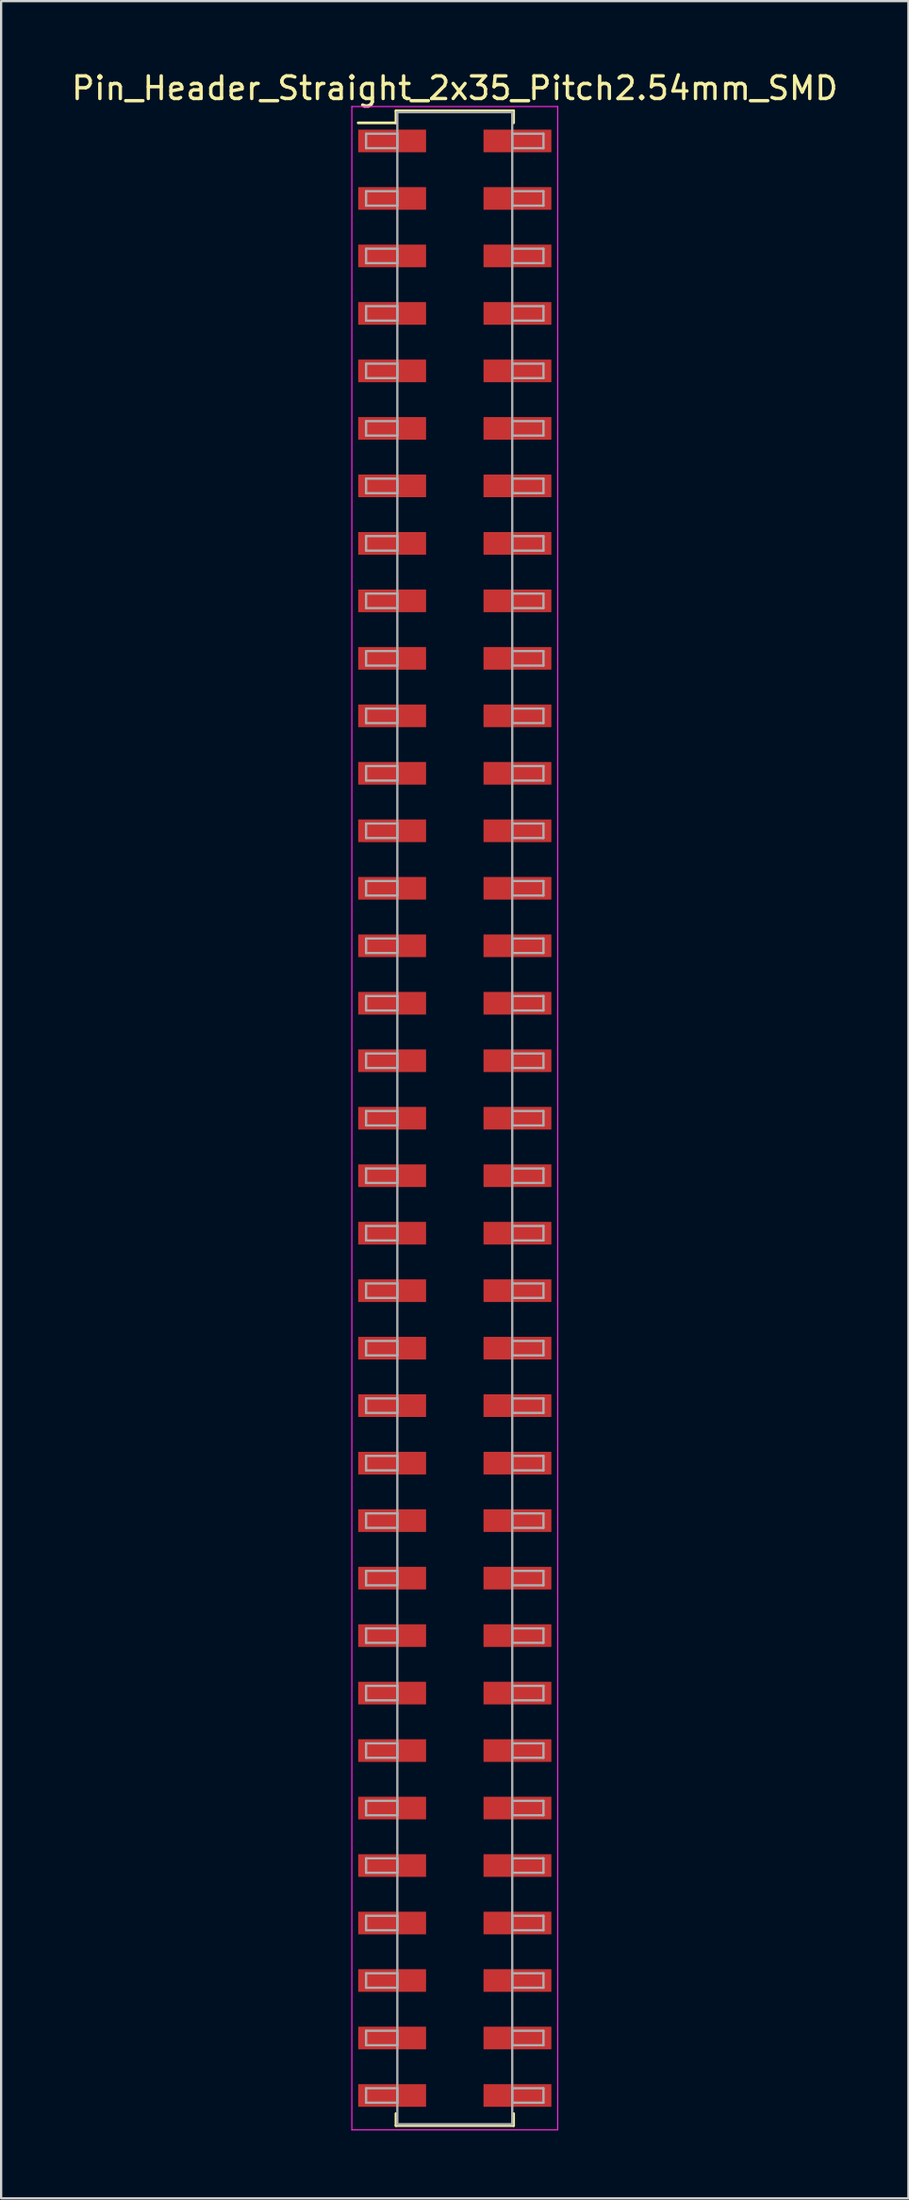
<source format=kicad_pcb>
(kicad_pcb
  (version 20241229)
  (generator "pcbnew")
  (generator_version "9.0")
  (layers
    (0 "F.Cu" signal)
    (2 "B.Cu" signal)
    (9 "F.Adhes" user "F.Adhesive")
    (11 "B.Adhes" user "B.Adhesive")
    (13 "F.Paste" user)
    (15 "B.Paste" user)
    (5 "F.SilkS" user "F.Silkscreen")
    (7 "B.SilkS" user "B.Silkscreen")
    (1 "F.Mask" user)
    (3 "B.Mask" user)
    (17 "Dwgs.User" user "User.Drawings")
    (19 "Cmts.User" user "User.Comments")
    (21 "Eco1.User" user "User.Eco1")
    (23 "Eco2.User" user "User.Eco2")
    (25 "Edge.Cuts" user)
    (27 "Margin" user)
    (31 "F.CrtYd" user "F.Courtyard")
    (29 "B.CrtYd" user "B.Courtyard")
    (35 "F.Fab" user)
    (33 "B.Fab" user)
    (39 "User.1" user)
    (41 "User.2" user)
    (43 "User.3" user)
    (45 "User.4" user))
  (footprint "Pin_Header_Straight_2x35_Pitch2.54mm_SMD"
    (layer "F.Cu")
    (at 17.054 46.358)
    (property "Reference" "Pin_Header_Straight_2x35_Pitch2.54mm_SMD" (at 0 -45.51 0) (layer "F.SilkS") (effects (font (size 1 1) (thickness 0.15))))
    (attr smd)
    (fp_line (start -4.27 -43.98) (end -2.6 -43.98) (stroke (width 0.12) (type solid)) (layer "F.SilkS"))
    (fp_line (start -2.6 -44.51) (end 2.6 -44.51) (stroke (width 0.12) (type solid)) (layer "F.SilkS"))
    (fp_line (start -2.6 -43.98) (end -2.6 -44.51) (stroke (width 0.12) (type solid)) (layer "F.SilkS"))
    (fp_line (start -2.6 43.98) (end -2.6 44.51) (stroke (width 0.12) (type solid)) (layer "F.SilkS"))
    (fp_line (start -2.6 44.51) (end 2.6 44.51) (stroke (width 0.12) (type solid)) (layer "F.SilkS"))
    (fp_line (start 2.6 -44.51) (end 2.6 -43.98) (stroke (width 0.12) (type solid)) (layer "F.SilkS"))
    (fp_line (start 2.6 44.51) (end 2.6 43.98) (stroke (width 0.12) (type solid)) (layer "F.SilkS"))
    (fp_line (start -4.55 -44.7) (end -4.55 44.7) (stroke (width 0.05) (type solid)) (layer "F.CrtYd"))
    (fp_line (start -4.55 44.7) (end 4.55 44.7) (stroke (width 0.05) (type solid)) (layer "F.CrtYd"))
    (fp_line (start 4.55 -44.7) (end -4.55 -44.7) (stroke (width 0.05) (type solid)) (layer "F.CrtYd"))
    (fp_line (start 4.55 44.7) (end 4.55 -44.7) (stroke (width 0.05) (type solid)) (layer "F.CrtYd"))
    (fp_line (start -3.92 -43.5) (end -2.54 -43.5) (stroke (width 0.1) (type solid)) (layer "F.Fab"))
    (fp_line (start -3.92 -42.86) (end -3.92 -43.5) (stroke (width 0.1) (type solid)) (layer "F.Fab"))
    (fp_line (start -3.92 -40.96) (end -2.54 -40.96) (stroke (width 0.1) (type solid)) (layer "F.Fab"))
    (fp_line (start -3.92 -40.32) (end -3.92 -40.96) (stroke (width 0.1) (type solid)) (layer "F.Fab"))
    (fp_line (start -3.92 -38.42) (end -2.54 -38.42) (stroke (width 0.1) (type solid)) (layer "F.Fab"))
    (fp_line (start -3.92 -37.78) (end -3.92 -38.42) (stroke (width 0.1) (type solid)) (layer "F.Fab"))
    (fp_line (start -3.92 -35.88) (end -2.54 -35.88) (stroke (width 0.1) (type solid)) (layer "F.Fab"))
    (fp_line (start -3.92 -35.24) (end -3.92 -35.88) (stroke (width 0.1) (type solid)) (layer "F.Fab"))
    (fp_line (start -3.92 -33.34) (end -2.54 -33.34) (stroke (width 0.1) (type solid)) (layer "F.Fab"))
    (fp_line (start -3.92 -32.7) (end -3.92 -33.34) (stroke (width 0.1) (type solid)) (layer "F.Fab"))
    (fp_line (start -3.92 -30.8) (end -2.54 -30.8) (stroke (width 0.1) (type solid)) (layer "F.Fab"))
    (fp_line (start -3.92 -30.16) (end -3.92 -30.8) (stroke (width 0.1) (type solid)) (layer "F.Fab"))
    (fp_line (start -3.92 -28.26) (end -2.54 -28.26) (stroke (width 0.1) (type solid)) (layer "F.Fab"))
    (fp_line (start -3.92 -27.62) (end -3.92 -28.26) (stroke (width 0.1) (type solid)) (layer "F.Fab"))
    (fp_line (start -3.92 -25.72) (end -2.54 -25.72) (stroke (width 0.1) (type solid)) (layer "F.Fab"))
    (fp_line (start -3.92 -25.08) (end -3.92 -25.72) (stroke (width 0.1) (type solid)) (layer "F.Fab"))
    (fp_line (start -3.92 -23.18) (end -2.54 -23.18) (stroke (width 0.1) (type solid)) (layer "F.Fab"))
    (fp_line (start -3.92 -22.54) (end -3.92 -23.18) (stroke (width 0.1) (type solid)) (layer "F.Fab"))
    (fp_line (start -3.92 -20.64) (end -2.54 -20.64) (stroke (width 0.1) (type solid)) (layer "F.Fab"))
    (fp_line (start -3.92 -20) (end -3.92 -20.64) (stroke (width 0.1) (type solid)) (layer "F.Fab"))
    (fp_line (start -3.92 -18.1) (end -2.54 -18.1) (stroke (width 0.1) (type solid)) (layer "F.Fab"))
    (fp_line (start -3.92 -17.46) (end -3.92 -18.1) (stroke (width 0.1) (type solid)) (layer "F.Fab"))
    (fp_line (start -3.92 -15.56) (end -2.54 -15.56) (stroke (width 0.1) (type solid)) (layer "F.Fab"))
    (fp_line (start -3.92 -14.92) (end -3.92 -15.56) (stroke (width 0.1) (type solid)) (layer "F.Fab"))
    (fp_line (start -3.92 -13.02) (end -2.54 -13.02) (stroke (width 0.1) (type solid)) (layer "F.Fab"))
    (fp_line (start -3.92 -12.38) (end -3.92 -13.02) (stroke (width 0.1) (type solid)) (layer "F.Fab"))
    (fp_line (start -3.92 -10.48) (end -2.54 -10.48) (stroke (width 0.1) (type solid)) (layer "F.Fab"))
    (fp_line (start -3.92 -9.84) (end -3.92 -10.48) (stroke (width 0.1) (type solid)) (layer "F.Fab"))
    (fp_line (start -3.92 -7.94) (end -2.54 -7.94) (stroke (width 0.1) (type solid)) (layer "F.Fab"))
    (fp_line (start -3.92 -7.3) (end -3.92 -7.94) (stroke (width 0.1) (type solid)) (layer "F.Fab"))
    (fp_line (start -3.92 -5.4) (end -2.54 -5.4) (stroke (width 0.1) (type solid)) (layer "F.Fab"))
    (fp_line (start -3.92 -4.76) (end -3.92 -5.4) (stroke (width 0.1) (type solid)) (layer "F.Fab"))
    (fp_line (start -3.92 -2.86) (end -2.54 -2.86) (stroke (width 0.1) (type solid)) (layer "F.Fab"))
    (fp_line (start -3.92 -2.22) (end -3.92 -2.86) (stroke (width 0.1) (type solid)) (layer "F.Fab"))
    (fp_line (start -3.92 -0.32) (end -2.54 -0.32) (stroke (width 0.1) (type solid)) (layer "F.Fab"))
    (fp_line (start -3.92 0.32) (end -3.92 -0.32) (stroke (width 0.1) (type solid)) (layer "F.Fab"))
    (fp_line (start -3.92 2.22) (end -2.54 2.22) (stroke (width 0.1) (type solid)) (layer "F.Fab"))
    (fp_line (start -3.92 2.86) (end -3.92 2.22) (stroke (width 0.1) (type solid)) (layer "F.Fab"))
    (fp_line (start -3.92 4.76) (end -2.54 4.76) (stroke (width 0.1) (type solid)) (layer "F.Fab"))
    (fp_line (start -3.92 5.4) (end -3.92 4.76) (stroke (width 0.1) (type solid)) (layer "F.Fab"))
    (fp_line (start -3.92 7.3) (end -2.54 7.3) (stroke (width 0.1) (type solid)) (layer "F.Fab"))
    (fp_line (start -3.92 7.94) (end -3.92 7.3) (stroke (width 0.1) (type solid)) (layer "F.Fab"))
    (fp_line (start -3.92 9.84) (end -2.54 9.84) (stroke (width 0.1) (type solid)) (layer "F.Fab"))
    (fp_line (start -3.92 10.48) (end -3.92 9.84) (stroke (width 0.1) (type solid)) (layer "F.Fab"))
    (fp_line (start -3.92 12.38) (end -2.54 12.38) (stroke (width 0.1) (type solid)) (layer "F.Fab"))
    (fp_line (start -3.92 13.02) (end -3.92 12.38) (stroke (width 0.1) (type solid)) (layer "F.Fab"))
    (fp_line (start -3.92 14.92) (end -2.54 14.92) (stroke (width 0.1) (type solid)) (layer "F.Fab"))
    (fp_line (start -3.92 15.56) (end -3.92 14.92) (stroke (width 0.1) (type solid)) (layer "F.Fab"))
    (fp_line (start -3.92 17.46) (end -2.54 17.46) (stroke (width 0.1) (type solid)) (layer "F.Fab"))
    (fp_line (start -3.92 18.1) (end -3.92 17.46) (stroke (width 0.1) (type solid)) (layer "F.Fab"))
    (fp_line (start -3.92 20) (end -2.54 20) (stroke (width 0.1) (type solid)) (layer "F.Fab"))
    (fp_line (start -3.92 20.64) (end -3.92 20) (stroke (width 0.1) (type solid)) (layer "F.Fab"))
    (fp_line (start -3.92 22.54) (end -2.54 22.54) (stroke (width 0.1) (type solid)) (layer "F.Fab"))
    (fp_line (start -3.92 23.18) (end -3.92 22.54) (stroke (width 0.1) (type solid)) (layer "F.Fab"))
    (fp_line (start -3.92 25.08) (end -2.54 25.08) (stroke (width 0.1) (type solid)) (layer "F.Fab"))
    (fp_line (start -3.92 25.72) (end -3.92 25.08) (stroke (width 0.1) (type solid)) (layer "F.Fab"))
    (fp_line (start -3.92 27.62) (end -2.54 27.62) (stroke (width 0.1) (type solid)) (layer "F.Fab"))
    (fp_line (start -3.92 28.26) (end -3.92 27.62) (stroke (width 0.1) (type solid)) (layer "F.Fab"))
    (fp_line (start -3.92 30.16) (end -2.54 30.16) (stroke (width 0.1) (type solid)) (layer "F.Fab"))
    (fp_line (start -3.92 30.8) (end -3.92 30.16) (stroke (width 0.1) (type solid)) (layer "F.Fab"))
    (fp_line (start -3.92 32.7) (end -2.54 32.7) (stroke (width 0.1) (type solid)) (layer "F.Fab"))
    (fp_line (start -3.92 33.34) (end -3.92 32.7) (stroke (width 0.1) (type solid)) (layer "F.Fab"))
    (fp_line (start -3.92 35.24) (end -2.54 35.24) (stroke (width 0.1) (type solid)) (layer "F.Fab"))
    (fp_line (start -3.92 35.88) (end -3.92 35.24) (stroke (width 0.1) (type solid)) (layer "F.Fab"))
    (fp_line (start -3.92 37.78) (end -2.54 37.78) (stroke (width 0.1) (type solid)) (layer "F.Fab"))
    (fp_line (start -3.92 38.42) (end -3.92 37.78) (stroke (width 0.1) (type solid)) (layer "F.Fab"))
    (fp_line (start -3.92 40.32) (end -2.54 40.32) (stroke (width 0.1) (type solid)) (layer "F.Fab"))
    (fp_line (start -3.92 40.96) (end -3.92 40.32) (stroke (width 0.1) (type solid)) (layer "F.Fab"))
    (fp_line (start -3.92 42.86) (end -2.54 42.86) (stroke (width 0.1) (type solid)) (layer "F.Fab"))
    (fp_line (start -3.92 43.5) (end -3.92 42.86) (stroke (width 0.1) (type solid)) (layer "F.Fab"))
    (fp_line (start -2.54 -44.45) (end -2.54 44.45) (stroke (width 0.1) (type solid)) (layer "F.Fab"))
    (fp_line (start -2.54 -43.5) (end -2.54 -42.86) (stroke (width 0.1) (type solid)) (layer "F.Fab"))
    (fp_line (start -2.54 -42.86) (end -3.92 -42.86) (stroke (width 0.1) (type solid)) (layer "F.Fab"))
    (fp_line (start -2.54 -40.96) (end -2.54 -40.32) (stroke (width 0.1) (type solid)) (layer "F.Fab"))
    (fp_line (start -2.54 -40.32) (end -3.92 -40.32) (stroke (width 0.1) (type solid)) (layer "F.Fab"))
    (fp_line (start -2.54 -38.42) (end -2.54 -37.78) (stroke (width 0.1) (type solid)) (layer "F.Fab"))
    (fp_line (start -2.54 -37.78) (end -3.92 -37.78) (stroke (width 0.1) (type solid)) (layer "F.Fab"))
    (fp_line (start -2.54 -35.88) (end -2.54 -35.24) (stroke (width 0.1) (type solid)) (layer "F.Fab"))
    (fp_line (start -2.54 -35.24) (end -3.92 -35.24) (stroke (width 0.1) (type solid)) (layer "F.Fab"))
    (fp_line (start -2.54 -33.34) (end -2.54 -32.7) (stroke (width 0.1) (type solid)) (layer "F.Fab"))
    (fp_line (start -2.54 -32.7) (end -3.92 -32.7) (stroke (width 0.1) (type solid)) (layer "F.Fab"))
    (fp_line (start -2.54 -30.8) (end -2.54 -30.16) (stroke (width 0.1) (type solid)) (layer "F.Fab"))
    (fp_line (start -2.54 -30.16) (end -3.92 -30.16) (stroke (width 0.1) (type solid)) (layer "F.Fab"))
    (fp_line (start -2.54 -28.26) (end -2.54 -27.62) (stroke (width 0.1) (type solid)) (layer "F.Fab"))
    (fp_line (start -2.54 -27.62) (end -3.92 -27.62) (stroke (width 0.1) (type solid)) (layer "F.Fab"))
    (fp_line (start -2.54 -25.72) (end -2.54 -25.08) (stroke (width 0.1) (type solid)) (layer "F.Fab"))
    (fp_line (start -2.54 -25.08) (end -3.92 -25.08) (stroke (width 0.1) (type solid)) (layer "F.Fab"))
    (fp_line (start -2.54 -23.18) (end -2.54 -22.54) (stroke (width 0.1) (type solid)) (layer "F.Fab"))
    (fp_line (start -2.54 -22.54) (end -3.92 -22.54) (stroke (width 0.1) (type solid)) (layer "F.Fab"))
    (fp_line (start -2.54 -20.64) (end -2.54 -20) (stroke (width 0.1) (type solid)) (layer "F.Fab"))
    (fp_line (start -2.54 -20) (end -3.92 -20) (stroke (width 0.1) (type solid)) (layer "F.Fab"))
    (fp_line (start -2.54 -18.1) (end -2.54 -17.46) (stroke (width 0.1) (type solid)) (layer "F.Fab"))
    (fp_line (start -2.54 -17.46) (end -3.92 -17.46) (stroke (width 0.1) (type solid)) (layer "F.Fab"))
    (fp_line (start -2.54 -15.56) (end -2.54 -14.92) (stroke (width 0.1) (type solid)) (layer "F.Fab"))
    (fp_line (start -2.54 -14.92) (end -3.92 -14.92) (stroke (width 0.1) (type solid)) (layer "F.Fab"))
    (fp_line (start -2.54 -13.02) (end -2.54 -12.38) (stroke (width 0.1) (type solid)) (layer "F.Fab"))
    (fp_line (start -2.54 -12.38) (end -3.92 -12.38) (stroke (width 0.1) (type solid)) (layer "F.Fab"))
    (fp_line (start -2.54 -10.48) (end -2.54 -9.84) (stroke (width 0.1) (type solid)) (layer "F.Fab"))
    (fp_line (start -2.54 -9.84) (end -3.92 -9.84) (stroke (width 0.1) (type solid)) (layer "F.Fab"))
    (fp_line (start -2.54 -7.94) (end -2.54 -7.3) (stroke (width 0.1) (type solid)) (layer "F.Fab"))
    (fp_line (start -2.54 -7.3) (end -3.92 -7.3) (stroke (width 0.1) (type solid)) (layer "F.Fab"))
    (fp_line (start -2.54 -5.4) (end -2.54 -4.76) (stroke (width 0.1) (type solid)) (layer "F.Fab"))
    (fp_line (start -2.54 -4.76) (end -3.92 -4.76) (stroke (width 0.1) (type solid)) (layer "F.Fab"))
    (fp_line (start -2.54 -2.86) (end -2.54 -2.22) (stroke (width 0.1) (type solid)) (layer "F.Fab"))
    (fp_line (start -2.54 -2.22) (end -3.92 -2.22) (stroke (width 0.1) (type solid)) (layer "F.Fab"))
    (fp_line (start -2.54 -0.32) (end -2.54 0.32) (stroke (width 0.1) (type solid)) (layer "F.Fab"))
    (fp_line (start -2.54 0.32) (end -3.92 0.32) (stroke (width 0.1) (type solid)) (layer "F.Fab"))
    (fp_line (start -2.54 2.22) (end -2.54 2.86) (stroke (width 0.1) (type solid)) (layer "F.Fab"))
    (fp_line (start -2.54 2.86) (end -3.92 2.86) (stroke (width 0.1) (type solid)) (layer "F.Fab"))
    (fp_line (start -2.54 4.76) (end -2.54 5.4) (stroke (width 0.1) (type solid)) (layer "F.Fab"))
    (fp_line (start -2.54 5.4) (end -3.92 5.4) (stroke (width 0.1) (type solid)) (layer "F.Fab"))
    (fp_line (start -2.54 7.3) (end -2.54 7.94) (stroke (width 0.1) (type solid)) (layer "F.Fab"))
    (fp_line (start -2.54 7.94) (end -3.92 7.94) (stroke (width 0.1) (type solid)) (layer "F.Fab"))
    (fp_line (start -2.54 9.84) (end -2.54 10.48) (stroke (width 0.1) (type solid)) (layer "F.Fab"))
    (fp_line (start -2.54 10.48) (end -3.92 10.48) (stroke (width 0.1) (type solid)) (layer "F.Fab"))
    (fp_line (start -2.54 12.38) (end -2.54 13.02) (stroke (width 0.1) (type solid)) (layer "F.Fab"))
    (fp_line (start -2.54 13.02) (end -3.92 13.02) (stroke (width 0.1) (type solid)) (layer "F.Fab"))
    (fp_line (start -2.54 14.92) (end -2.54 15.56) (stroke (width 0.1) (type solid)) (layer "F.Fab"))
    (fp_line (start -2.54 15.56) (end -3.92 15.56) (stroke (width 0.1) (type solid)) (layer "F.Fab"))
    (fp_line (start -2.54 17.46) (end -2.54 18.1) (stroke (width 0.1) (type solid)) (layer "F.Fab"))
    (fp_line (start -2.54 18.1) (end -3.92 18.1) (stroke (width 0.1) (type solid)) (layer "F.Fab"))
    (fp_line (start -2.54 20) (end -2.54 20.64) (stroke (width 0.1) (type solid)) (layer "F.Fab"))
    (fp_line (start -2.54 20.64) (end -3.92 20.64) (stroke (width 0.1) (type solid)) (layer "F.Fab"))
    (fp_line (start -2.54 22.54) (end -2.54 23.18) (stroke (width 0.1) (type solid)) (layer "F.Fab"))
    (fp_line (start -2.54 23.18) (end -3.92 23.18) (stroke (width 0.1) (type solid)) (layer "F.Fab"))
    (fp_line (start -2.54 25.08) (end -2.54 25.72) (stroke (width 0.1) (type solid)) (layer "F.Fab"))
    (fp_line (start -2.54 25.72) (end -3.92 25.72) (stroke (width 0.1) (type solid)) (layer "F.Fab"))
    (fp_line (start -2.54 27.62) (end -2.54 28.26) (stroke (width 0.1) (type solid)) (layer "F.Fab"))
    (fp_line (start -2.54 28.26) (end -3.92 28.26) (stroke (width 0.1) (type solid)) (layer "F.Fab"))
    (fp_line (start -2.54 30.16) (end -2.54 30.8) (stroke (width 0.1) (type solid)) (layer "F.Fab"))
    (fp_line (start -2.54 30.8) (end -3.92 30.8) (stroke (width 0.1) (type solid)) (layer "F.Fab"))
    (fp_line (start -2.54 32.7) (end -2.54 33.34) (stroke (width 0.1) (type solid)) (layer "F.Fab"))
    (fp_line (start -2.54 33.34) (end -3.92 33.34) (stroke (width 0.1) (type solid)) (layer "F.Fab"))
    (fp_line (start -2.54 35.24) (end -2.54 35.88) (stroke (width 0.1) (type solid)) (layer "F.Fab"))
    (fp_line (start -2.54 35.88) (end -3.92 35.88) (stroke (width 0.1) (type solid)) (layer "F.Fab"))
    (fp_line (start -2.54 37.78) (end -2.54 38.42) (stroke (width 0.1) (type solid)) (layer "F.Fab"))
    (fp_line (start -2.54 38.42) (end -3.92 38.42) (stroke (width 0.1) (type solid)) (layer "F.Fab"))
    (fp_line (start -2.54 40.32) (end -2.54 40.96) (stroke (width 0.1) (type solid)) (layer "F.Fab"))
    (fp_line (start -2.54 40.96) (end -3.92 40.96) (stroke (width 0.1) (type solid)) (layer "F.Fab"))
    (fp_line (start -2.54 42.86) (end -2.54 43.5) (stroke (width 0.1) (type solid)) (layer "F.Fab"))
    (fp_line (start -2.54 43.5) (end -3.92 43.5) (stroke (width 0.1) (type solid)) (layer "F.Fab"))
    (fp_line (start -2.54 44.45) (end 2.54 44.45) (stroke (width 0.1) (type solid)) (layer "F.Fab"))
    (fp_line (start 2.54 -44.45) (end -2.54 -44.45) (stroke (width 0.1) (type solid)) (layer "F.Fab"))
    (fp_line (start 2.54 -43.5) (end 2.54 -42.86) (stroke (width 0.1) (type solid)) (layer "F.Fab"))
    (fp_line (start 2.54 -42.86) (end 3.92 -42.86) (stroke (width 0.1) (type solid)) (layer "F.Fab"))
    (fp_line (start 2.54 -40.96) (end 2.54 -40.32) (stroke (width 0.1) (type solid)) (layer "F.Fab"))
    (fp_line (start 2.54 -40.32) (end 3.92 -40.32) (stroke (width 0.1) (type solid)) (layer "F.Fab"))
    (fp_line (start 2.54 -38.42) (end 2.54 -37.78) (stroke (width 0.1) (type solid)) (layer "F.Fab"))
    (fp_line (start 2.54 -37.78) (end 3.92 -37.78) (stroke (width 0.1) (type solid)) (layer "F.Fab"))
    (fp_line (start 2.54 -35.88) (end 2.54 -35.24) (stroke (width 0.1) (type solid)) (layer "F.Fab"))
    (fp_line (start 2.54 -35.24) (end 3.92 -35.24) (stroke (width 0.1) (type solid)) (layer "F.Fab"))
    (fp_line (start 2.54 -33.34) (end 2.54 -32.7) (stroke (width 0.1) (type solid)) (layer "F.Fab"))
    (fp_line (start 2.54 -32.7) (end 3.92 -32.7) (stroke (width 0.1) (type solid)) (layer "F.Fab"))
    (fp_line (start 2.54 -30.8) (end 2.54 -30.16) (stroke (width 0.1) (type solid)) (layer "F.Fab"))
    (fp_line (start 2.54 -30.16) (end 3.92 -30.16) (stroke (width 0.1) (type solid)) (layer "F.Fab"))
    (fp_line (start 2.54 -28.26) (end 2.54 -27.62) (stroke (width 0.1) (type solid)) (layer "F.Fab"))
    (fp_line (start 2.54 -27.62) (end 3.92 -27.62) (stroke (width 0.1) (type solid)) (layer "F.Fab"))
    (fp_line (start 2.54 -25.72) (end 2.54 -25.08) (stroke (width 0.1) (type solid)) (layer "F.Fab"))
    (fp_line (start 2.54 -25.08) (end 3.92 -25.08) (stroke (width 0.1) (type solid)) (layer "F.Fab"))
    (fp_line (start 2.54 -23.18) (end 2.54 -22.54) (stroke (width 0.1) (type solid)) (layer "F.Fab"))
    (fp_line (start 2.54 -22.54) (end 3.92 -22.54) (stroke (width 0.1) (type solid)) (layer "F.Fab"))
    (fp_line (start 2.54 -20.64) (end 2.54 -20) (stroke (width 0.1) (type solid)) (layer "F.Fab"))
    (fp_line (start 2.54 -20) (end 3.92 -20) (stroke (width 0.1) (type solid)) (layer "F.Fab"))
    (fp_line (start 2.54 -18.1) (end 2.54 -17.46) (stroke (width 0.1) (type solid)) (layer "F.Fab"))
    (fp_line (start 2.54 -17.46) (end 3.92 -17.46) (stroke (width 0.1) (type solid)) (layer "F.Fab"))
    (fp_line (start 2.54 -15.56) (end 2.54 -14.92) (stroke (width 0.1) (type solid)) (layer "F.Fab"))
    (fp_line (start 2.54 -14.92) (end 3.92 -14.92) (stroke (width 0.1) (type solid)) (layer "F.Fab"))
    (fp_line (start 2.54 -13.02) (end 2.54 -12.38) (stroke (width 0.1) (type solid)) (layer "F.Fab"))
    (fp_line (start 2.54 -12.38) (end 3.92 -12.38) (stroke (width 0.1) (type solid)) (layer "F.Fab"))
    (fp_line (start 2.54 -10.48) (end 2.54 -9.84) (stroke (width 0.1) (type solid)) (layer "F.Fab"))
    (fp_line (start 2.54 -9.84) (end 3.92 -9.84) (stroke (width 0.1) (type solid)) (layer "F.Fab"))
    (fp_line (start 2.54 -7.94) (end 2.54 -7.3) (stroke (width 0.1) (type solid)) (layer "F.Fab"))
    (fp_line (start 2.54 -7.3) (end 3.92 -7.3) (stroke (width 0.1) (type solid)) (layer "F.Fab"))
    (fp_line (start 2.54 -5.4) (end 2.54 -4.76) (stroke (width 0.1) (type solid)) (layer "F.Fab"))
    (fp_line (start 2.54 -4.76) (end 3.92 -4.76) (stroke (width 0.1) (type solid)) (layer "F.Fab"))
    (fp_line (start 2.54 -2.86) (end 2.54 -2.22) (stroke (width 0.1) (type solid)) (layer "F.Fab"))
    (fp_line (start 2.54 -2.22) (end 3.92 -2.22) (stroke (width 0.1) (type solid)) (layer "F.Fab"))
    (fp_line (start 2.54 -0.32) (end 2.54 0.32) (stroke (width 0.1) (type solid)) (layer "F.Fab"))
    (fp_line (start 2.54 0.32) (end 3.92 0.32) (stroke (width 0.1) (type solid)) (layer "F.Fab"))
    (fp_line (start 2.54 2.22) (end 2.54 2.86) (stroke (width 0.1) (type solid)) (layer "F.Fab"))
    (fp_line (start 2.54 2.86) (end 3.92 2.86) (stroke (width 0.1) (type solid)) (layer "F.Fab"))
    (fp_line (start 2.54 4.76) (end 2.54 5.4) (stroke (width 0.1) (type solid)) (layer "F.Fab"))
    (fp_line (start 2.54 5.4) (end 3.92 5.4) (stroke (width 0.1) (type solid)) (layer "F.Fab"))
    (fp_line (start 2.54 7.3) (end 2.54 7.94) (stroke (width 0.1) (type solid)) (layer "F.Fab"))
    (fp_line (start 2.54 7.94) (end 3.92 7.94) (stroke (width 0.1) (type solid)) (layer "F.Fab"))
    (fp_line (start 2.54 9.84) (end 2.54 10.48) (stroke (width 0.1) (type solid)) (layer "F.Fab"))
    (fp_line (start 2.54 10.48) (end 3.92 10.48) (stroke (width 0.1) (type solid)) (layer "F.Fab"))
    (fp_line (start 2.54 12.38) (end 2.54 13.02) (stroke (width 0.1) (type solid)) (layer "F.Fab"))
    (fp_line (start 2.54 13.02) (end 3.92 13.02) (stroke (width 0.1) (type solid)) (layer "F.Fab"))
    (fp_line (start 2.54 14.92) (end 2.54 15.56) (stroke (width 0.1) (type solid)) (layer "F.Fab"))
    (fp_line (start 2.54 15.56) (end 3.92 15.56) (stroke (width 0.1) (type solid)) (layer "F.Fab"))
    (fp_line (start 2.54 17.46) (end 2.54 18.1) (stroke (width 0.1) (type solid)) (layer "F.Fab"))
    (fp_line (start 2.54 18.1) (end 3.92 18.1) (stroke (width 0.1) (type solid)) (layer "F.Fab"))
    (fp_line (start 2.54 20) (end 2.54 20.64) (stroke (width 0.1) (type solid)) (layer "F.Fab"))
    (fp_line (start 2.54 20.64) (end 3.92 20.64) (stroke (width 0.1) (type solid)) (layer "F.Fab"))
    (fp_line (start 2.54 22.54) (end 2.54 23.18) (stroke (width 0.1) (type solid)) (layer "F.Fab"))
    (fp_line (start 2.54 23.18) (end 3.92 23.18) (stroke (width 0.1) (type solid)) (layer "F.Fab"))
    (fp_line (start 2.54 25.08) (end 2.54 25.72) (stroke (width 0.1) (type solid)) (layer "F.Fab"))
    (fp_line (start 2.54 25.72) (end 3.92 25.72) (stroke (width 0.1) (type solid)) (layer "F.Fab"))
    (fp_line (start 2.54 27.62) (end 2.54 28.26) (stroke (width 0.1) (type solid)) (layer "F.Fab"))
    (fp_line (start 2.54 28.26) (end 3.92 28.26) (stroke (width 0.1) (type solid)) (layer "F.Fab"))
    (fp_line (start 2.54 30.16) (end 2.54 30.8) (stroke (width 0.1) (type solid)) (layer "F.Fab"))
    (fp_line (start 2.54 30.8) (end 3.92 30.8) (stroke (width 0.1) (type solid)) (layer "F.Fab"))
    (fp_line (start 2.54 32.7) (end 2.54 33.34) (stroke (width 0.1) (type solid)) (layer "F.Fab"))
    (fp_line (start 2.54 33.34) (end 3.92 33.34) (stroke (width 0.1) (type solid)) (layer "F.Fab"))
    (fp_line (start 2.54 35.24) (end 2.54 35.88) (stroke (width 0.1) (type solid)) (layer "F.Fab"))
    (fp_line (start 2.54 35.88) (end 3.92 35.88) (stroke (width 0.1) (type solid)) (layer "F.Fab"))
    (fp_line (start 2.54 37.78) (end 2.54 38.42) (stroke (width 0.1) (type solid)) (layer "F.Fab"))
    (fp_line (start 2.54 38.42) (end 3.92 38.42) (stroke (width 0.1) (type solid)) (layer "F.Fab"))
    (fp_line (start 2.54 40.32) (end 2.54 40.96) (stroke (width 0.1) (type solid)) (layer "F.Fab"))
    (fp_line (start 2.54 40.96) (end 3.92 40.96) (stroke (width 0.1) (type solid)) (layer "F.Fab"))
    (fp_line (start 2.54 42.86) (end 2.54 43.5) (stroke (width 0.1) (type solid)) (layer "F.Fab"))
    (fp_line (start 2.54 43.5) (end 3.92 43.5) (stroke (width 0.1) (type solid)) (layer "F.Fab"))
    (fp_line (start 2.54 44.45) (end 2.54 -44.45) (stroke (width 0.1) (type solid)) (layer "F.Fab"))
    (fp_line (start 3.92 -43.5) (end 2.54 -43.5) (stroke (width 0.1) (type solid)) (layer "F.Fab"))
    (fp_line (start 3.92 -42.86) (end 3.92 -43.5) (stroke (width 0.1) (type solid)) (layer "F.Fab"))
    (fp_line (start 3.92 -40.96) (end 2.54 -40.96) (stroke (width 0.1) (type solid)) (layer "F.Fab"))
    (fp_line (start 3.92 -40.32) (end 3.92 -40.96) (stroke (width 0.1) (type solid)) (layer "F.Fab"))
    (fp_line (start 3.92 -38.42) (end 2.54 -38.42) (stroke (width 0.1) (type solid)) (layer "F.Fab"))
    (fp_line (start 3.92 -37.78) (end 3.92 -38.42) (stroke (width 0.1) (type solid)) (layer "F.Fab"))
    (fp_line (start 3.92 -35.88) (end 2.54 -35.88) (stroke (width 0.1) (type solid)) (layer "F.Fab"))
    (fp_line (start 3.92 -35.24) (end 3.92 -35.88) (stroke (width 0.1) (type solid)) (layer "F.Fab"))
    (fp_line (start 3.92 -33.34) (end 2.54 -33.34) (stroke (width 0.1) (type solid)) (layer "F.Fab"))
    (fp_line (start 3.92 -32.7) (end 3.92 -33.34) (stroke (width 0.1) (type solid)) (layer "F.Fab"))
    (fp_line (start 3.92 -30.8) (end 2.54 -30.8) (stroke (width 0.1) (type solid)) (layer "F.Fab"))
    (fp_line (start 3.92 -30.16) (end 3.92 -30.8) (stroke (width 0.1) (type solid)) (layer "F.Fab"))
    (fp_line (start 3.92 -28.26) (end 2.54 -28.26) (stroke (width 0.1) (type solid)) (layer "F.Fab"))
    (fp_line (start 3.92 -27.62) (end 3.92 -28.26) (stroke (width 0.1) (type solid)) (layer "F.Fab"))
    (fp_line (start 3.92 -25.72) (end 2.54 -25.72) (stroke (width 0.1) (type solid)) (layer "F.Fab"))
    (fp_line (start 3.92 -25.08) (end 3.92 -25.72) (stroke (width 0.1) (type solid)) (layer "F.Fab"))
    (fp_line (start 3.92 -23.18) (end 2.54 -23.18) (stroke (width 0.1) (type solid)) (layer "F.Fab"))
    (fp_line (start 3.92 -22.54) (end 3.92 -23.18) (stroke (width 0.1) (type solid)) (layer "F.Fab"))
    (fp_line (start 3.92 -20.64) (end 2.54 -20.64) (stroke (width 0.1) (type solid)) (layer "F.Fab"))
    (fp_line (start 3.92 -20) (end 3.92 -20.64) (stroke (width 0.1) (type solid)) (layer "F.Fab"))
    (fp_line (start 3.92 -18.1) (end 2.54 -18.1) (stroke (width 0.1) (type solid)) (layer "F.Fab"))
    (fp_line (start 3.92 -17.46) (end 3.92 -18.1) (stroke (width 0.1) (type solid)) (layer "F.Fab"))
    (fp_line (start 3.92 -15.56) (end 2.54 -15.56) (stroke (width 0.1) (type solid)) (layer "F.Fab"))
    (fp_line (start 3.92 -14.92) (end 3.92 -15.56) (stroke (width 0.1) (type solid)) (layer "F.Fab"))
    (fp_line (start 3.92 -13.02) (end 2.54 -13.02) (stroke (width 0.1) (type solid)) (layer "F.Fab"))
    (fp_line (start 3.92 -12.38) (end 3.92 -13.02) (stroke (width 0.1) (type solid)) (layer "F.Fab"))
    (fp_line (start 3.92 -10.48) (end 2.54 -10.48) (stroke (width 0.1) (type solid)) (layer "F.Fab"))
    (fp_line (start 3.92 -9.84) (end 3.92 -10.48) (stroke (width 0.1) (type solid)) (layer "F.Fab"))
    (fp_line (start 3.92 -7.94) (end 2.54 -7.94) (stroke (width 0.1) (type solid)) (layer "F.Fab"))
    (fp_line (start 3.92 -7.3) (end 3.92 -7.94) (stroke (width 0.1) (type solid)) (layer "F.Fab"))
    (fp_line (start 3.92 -5.4) (end 2.54 -5.4) (stroke (width 0.1) (type solid)) (layer "F.Fab"))
    (fp_line (start 3.92 -4.76) (end 3.92 -5.4) (stroke (width 0.1) (type solid)) (layer "F.Fab"))
    (fp_line (start 3.92 -2.86) (end 2.54 -2.86) (stroke (width 0.1) (type solid)) (layer "F.Fab"))
    (fp_line (start 3.92 -2.22) (end 3.92 -2.86) (stroke (width 0.1) (type solid)) (layer "F.Fab"))
    (fp_line (start 3.92 -0.32) (end 2.54 -0.32) (stroke (width 0.1) (type solid)) (layer "F.Fab"))
    (fp_line (start 3.92 0.32) (end 3.92 -0.32) (stroke (width 0.1) (type solid)) (layer "F.Fab"))
    (fp_line (start 3.92 2.22) (end 2.54 2.22) (stroke (width 0.1) (type solid)) (layer "F.Fab"))
    (fp_line (start 3.92 2.86) (end 3.92 2.22) (stroke (width 0.1) (type solid)) (layer "F.Fab"))
    (fp_line (start 3.92 4.76) (end 2.54 4.76) (stroke (width 0.1) (type solid)) (layer "F.Fab"))
    (fp_line (start 3.92 5.4) (end 3.92 4.76) (stroke (width 0.1) (type solid)) (layer "F.Fab"))
    (fp_line (start 3.92 7.3) (end 2.54 7.3) (stroke (width 0.1) (type solid)) (layer "F.Fab"))
    (fp_line (start 3.92 7.94) (end 3.92 7.3) (stroke (width 0.1) (type solid)) (layer "F.Fab"))
    (fp_line (start 3.92 9.84) (end 2.54 9.84) (stroke (width 0.1) (type solid)) (layer "F.Fab"))
    (fp_line (start 3.92 10.48) (end 3.92 9.84) (stroke (width 0.1) (type solid)) (layer "F.Fab"))
    (fp_line (start 3.92 12.38) (end 2.54 12.38) (stroke (width 0.1) (type solid)) (layer "F.Fab"))
    (fp_line (start 3.92 13.02) (end 3.92 12.38) (stroke (width 0.1) (type solid)) (layer "F.Fab"))
    (fp_line (start 3.92 14.92) (end 2.54 14.92) (stroke (width 0.1) (type solid)) (layer "F.Fab"))
    (fp_line (start 3.92 15.56) (end 3.92 14.92) (stroke (width 0.1) (type solid)) (layer "F.Fab"))
    (fp_line (start 3.92 17.46) (end 2.54 17.46) (stroke (width 0.1) (type solid)) (layer "F.Fab"))
    (fp_line (start 3.92 18.1) (end 3.92 17.46) (stroke (width 0.1) (type solid)) (layer "F.Fab"))
    (fp_line (start 3.92 20) (end 2.54 20) (stroke (width 0.1) (type solid)) (layer "F.Fab"))
    (fp_line (start 3.92 20.64) (end 3.92 20) (stroke (width 0.1) (type solid)) (layer "F.Fab"))
    (fp_line (start 3.92 22.54) (end 2.54 22.54) (stroke (width 0.1) (type solid)) (layer "F.Fab"))
    (fp_line (start 3.92 23.18) (end 3.92 22.54) (stroke (width 0.1) (type solid)) (layer "F.Fab"))
    (fp_line (start 3.92 25.08) (end 2.54 25.08) (stroke (width 0.1) (type solid)) (layer "F.Fab"))
    (fp_line (start 3.92 25.72) (end 3.92 25.08) (stroke (width 0.1) (type solid)) (layer "F.Fab"))
    (fp_line (start 3.92 27.62) (end 2.54 27.62) (stroke (width 0.1) (type solid)) (layer "F.Fab"))
    (fp_line (start 3.92 28.26) (end 3.92 27.62) (stroke (width 0.1) (type solid)) (layer "F.Fab"))
    (fp_line (start 3.92 30.16) (end 2.54 30.16) (stroke (width 0.1) (type solid)) (layer "F.Fab"))
    (fp_line (start 3.92 30.8) (end 3.92 30.16) (stroke (width 0.1) (type solid)) (layer "F.Fab"))
    (fp_line (start 3.92 32.7) (end 2.54 32.7) (stroke (width 0.1) (type solid)) (layer "F.Fab"))
    (fp_line (start 3.92 33.34) (end 3.92 32.7) (stroke (width 0.1) (type solid)) (layer "F.Fab"))
    (fp_line (start 3.92 35.24) (end 2.54 35.24) (stroke (width 0.1) (type solid)) (layer "F.Fab"))
    (fp_line (start 3.92 35.88) (end 3.92 35.24) (stroke (width 0.1) (type solid)) (layer "F.Fab"))
    (fp_line (start 3.92 37.78) (end 2.54 37.78) (stroke (width 0.1) (type solid)) (layer "F.Fab"))
    (fp_line (start 3.92 38.42) (end 3.92 37.78) (stroke (width 0.1) (type solid)) (layer "F.Fab"))
    (fp_line (start 3.92 40.32) (end 2.54 40.32) (stroke (width 0.1) (type solid)) (layer "F.Fab"))
    (fp_line (start 3.92 40.96) (end 3.92 40.32) (stroke (width 0.1) (type solid)) (layer "F.Fab"))
    (fp_line (start 3.92 42.86) (end 2.54 42.86) (stroke (width 0.1) (type solid)) (layer "F.Fab"))
    (fp_line (start 3.92 43.5) (end 3.92 42.86) (stroke (width 0.1) (type solid)) (layer "F.Fab"))
    (pad "1" smd rect (at -2.77 -43.18) (size 3 1) (layers "F.Cu" "F.Mask"))
    (pad "2" smd rect (at 2.77 -43.18) (size 3 1) (layers "F.Cu" "F.Mask"))
    (pad "3" smd rect (at -2.77 -40.64) (size 3 1) (layers "F.Cu" "F.Mask"))
    (pad "4" smd rect (at 2.77 -40.64) (size 3 1) (layers "F.Cu" "F.Mask"))
    (pad "5" smd rect (at -2.77 -38.1) (size 3 1) (layers "F.Cu" "F.Mask"))
    (pad "6" smd rect (at 2.77 -38.1) (size 3 1) (layers "F.Cu" "F.Mask"))
    (pad "7" smd rect (at -2.77 -35.56) (size 3 1) (layers "F.Cu" "F.Mask"))
    (pad "8" smd rect (at 2.77 -35.56) (size 3 1) (layers "F.Cu" "F.Mask"))
    (pad "9" smd rect (at -2.77 -33.02) (size 3 1) (layers "F.Cu" "F.Mask"))
    (pad "10" smd rect (at 2.77 -33.02) (size 3 1) (layers "F.Cu" "F.Mask"))
    (pad "11" smd rect (at -2.77 -30.48) (size 3 1) (layers "F.Cu" "F.Mask"))
    (pad "12" smd rect (at 2.77 -30.48) (size 3 1) (layers "F.Cu" "F.Mask"))
    (pad "13" smd rect (at -2.77 -27.94) (size 3 1) (layers "F.Cu" "F.Mask"))
    (pad "14" smd rect (at 2.77 -27.94) (size 3 1) (layers "F.Cu" "F.Mask"))
    (pad "15" smd rect (at -2.77 -25.4) (size 3 1) (layers "F.Cu" "F.Mask"))
    (pad "16" smd rect (at 2.77 -25.4) (size 3 1) (layers "F.Cu" "F.Mask"))
    (pad "17" smd rect (at -2.77 -22.86) (size 3 1) (layers "F.Cu" "F.Mask"))
    (pad "18" smd rect (at 2.77 -22.86) (size 3 1) (layers "F.Cu" "F.Mask"))
    (pad "19" smd rect (at -2.77 -20.32) (size 3 1) (layers "F.Cu" "F.Mask"))
    (pad "20" smd rect (at 2.77 -20.32) (size 3 1) (layers "F.Cu" "F.Mask"))
    (pad "21" smd rect (at -2.77 -17.78) (size 3 1) (layers "F.Cu" "F.Mask"))
    (pad "22" smd rect (at 2.77 -17.78) (size 3 1) (layers "F.Cu" "F.Mask"))
    (pad "23" smd rect (at -2.77 -15.24) (size 3 1) (layers "F.Cu" "F.Mask"))
    (pad "24" smd rect (at 2.77 -15.24) (size 3 1) (layers "F.Cu" "F.Mask"))
    (pad "25" smd rect (at -2.77 -12.7) (size 3 1) (layers "F.Cu" "F.Mask"))
    (pad "26" smd rect (at 2.77 -12.7) (size 3 1) (layers "F.Cu" "F.Mask"))
    (pad "27" smd rect (at -2.77 -10.16) (size 3 1) (layers "F.Cu" "F.Mask"))
    (pad "28" smd rect (at 2.77 -10.16) (size 3 1) (layers "F.Cu" "F.Mask"))
    (pad "29" smd rect (at -2.77 -7.62) (size 3 1) (layers "F.Cu" "F.Mask"))
    (pad "30" smd rect (at 2.77 -7.62) (size 3 1) (layers "F.Cu" "F.Mask"))
    (pad "31" smd rect (at -2.77 -5.08) (size 3 1) (layers "F.Cu" "F.Mask"))
    (pad "32" smd rect (at 2.77 -5.08) (size 3 1) (layers "F.Cu" "F.Mask"))
    (pad "33" smd rect (at -2.77 -2.54) (size 3 1) (layers "F.Cu" "F.Mask"))
    (pad "34" smd rect (at 2.77 -2.54) (size 3 1) (layers "F.Cu" "F.Mask"))
    (pad "35" smd rect (at -2.77 0) (size 3 1) (layers "F.Cu" "F.Mask"))
    (pad "36" smd rect (at 2.77 0) (size 3 1) (layers "F.Cu" "F.Mask"))
    (pad "37" smd rect (at -2.77 2.54) (size 3 1) (layers "F.Cu" "F.Mask"))
    (pad "38" smd rect (at 2.77 2.54) (size 3 1) (layers "F.Cu" "F.Mask"))
    (pad "39" smd rect (at -2.77 5.08) (size 3 1) (layers "F.Cu" "F.Mask"))
    (pad "40" smd rect (at 2.77 5.08) (size 3 1) (layers "F.Cu" "F.Mask"))
    (pad "41" smd rect (at -2.77 7.62) (size 3 1) (layers "F.Cu" "F.Mask"))
    (pad "42" smd rect (at 2.77 7.62) (size 3 1) (layers "F.Cu" "F.Mask"))
    (pad "43" smd rect (at -2.77 10.16) (size 3 1) (layers "F.Cu" "F.Mask"))
    (pad "44" smd rect (at 2.77 10.16) (size 3 1) (layers "F.Cu" "F.Mask"))
    (pad "45" smd rect (at -2.77 12.7) (size 3 1) (layers "F.Cu" "F.Mask"))
    (pad "46" smd rect (at 2.77 12.7) (size 3 1) (layers "F.Cu" "F.Mask"))
    (pad "47" smd rect (at -2.77 15.24) (size 3 1) (layers "F.Cu" "F.Mask"))
    (pad "48" smd rect (at 2.77 15.24) (size 3 1) (layers "F.Cu" "F.Mask"))
    (pad "49" smd rect (at -2.77 17.78) (size 3 1) (layers "F.Cu" "F.Mask"))
    (pad "50" smd rect (at 2.77 17.78) (size 3 1) (layers "F.Cu" "F.Mask"))
    (pad "51" smd rect (at -2.77 20.32) (size 3 1) (layers "F.Cu" "F.Mask"))
    (pad "52" smd rect (at 2.77 20.32) (size 3 1) (layers "F.Cu" "F.Mask"))
    (pad "53" smd rect (at -2.77 22.86) (size 3 1) (layers "F.Cu" "F.Mask"))
    (pad "54" smd rect (at 2.77 22.86) (size 3 1) (layers "F.Cu" "F.Mask"))
    (pad "55" smd rect (at -2.77 25.4) (size 3 1) (layers "F.Cu" "F.Mask"))
    (pad "56" smd rect (at 2.77 25.4) (size 3 1) (layers "F.Cu" "F.Mask"))
    (pad "57" smd rect (at -2.77 27.94) (size 3 1) (layers "F.Cu" "F.Mask"))
    (pad "58" smd rect (at 2.77 27.94) (size 3 1) (layers "F.Cu" "F.Mask"))
    (pad "59" smd rect (at -2.77 30.48) (size 3 1) (layers "F.Cu" "F.Mask"))
    (pad "60" smd rect (at 2.77 30.48) (size 3 1) (layers "F.Cu" "F.Mask"))
    (pad "61" smd rect (at -2.77 33.02) (size 3 1) (layers "F.Cu" "F.Mask"))
    (pad "62" smd rect (at 2.77 33.02) (size 3 1) (layers "F.Cu" "F.Mask"))
    (pad "63" smd rect (at -2.77 35.56) (size 3 1) (layers "F.Cu" "F.Mask"))
    (pad "64" smd rect (at 2.77 35.56) (size 3 1) (layers "F.Cu" "F.Mask"))
    (pad "65" smd rect (at -2.77 38.1) (size 3 1) (layers "F.Cu" "F.Mask"))
    (pad "66" smd rect (at 2.77 38.1) (size 3 1) (layers "F.Cu" "F.Mask"))
    (pad "67" smd rect (at -2.77 40.64) (size 3 1) (layers "F.Cu" "F.Mask"))
    (pad "68" smd rect (at 2.77 40.64) (size 3 1) (layers "F.Cu" "F.Mask"))
    (pad "69" smd rect (at -2.77 43.18) (size 3 1) (layers "F.Cu" "F.Mask"))
    (pad "70" smd rect (at 2.77 43.18) (size 3 1) (layers "F.Cu" "F.Mask")))
  (gr_rect
    (start -3 -3)
    (end 37.107 94.083)
    (stroke (width 0.1) (type default))
    (fill no)
    (layer "Edge.Cuts")))
</source>
